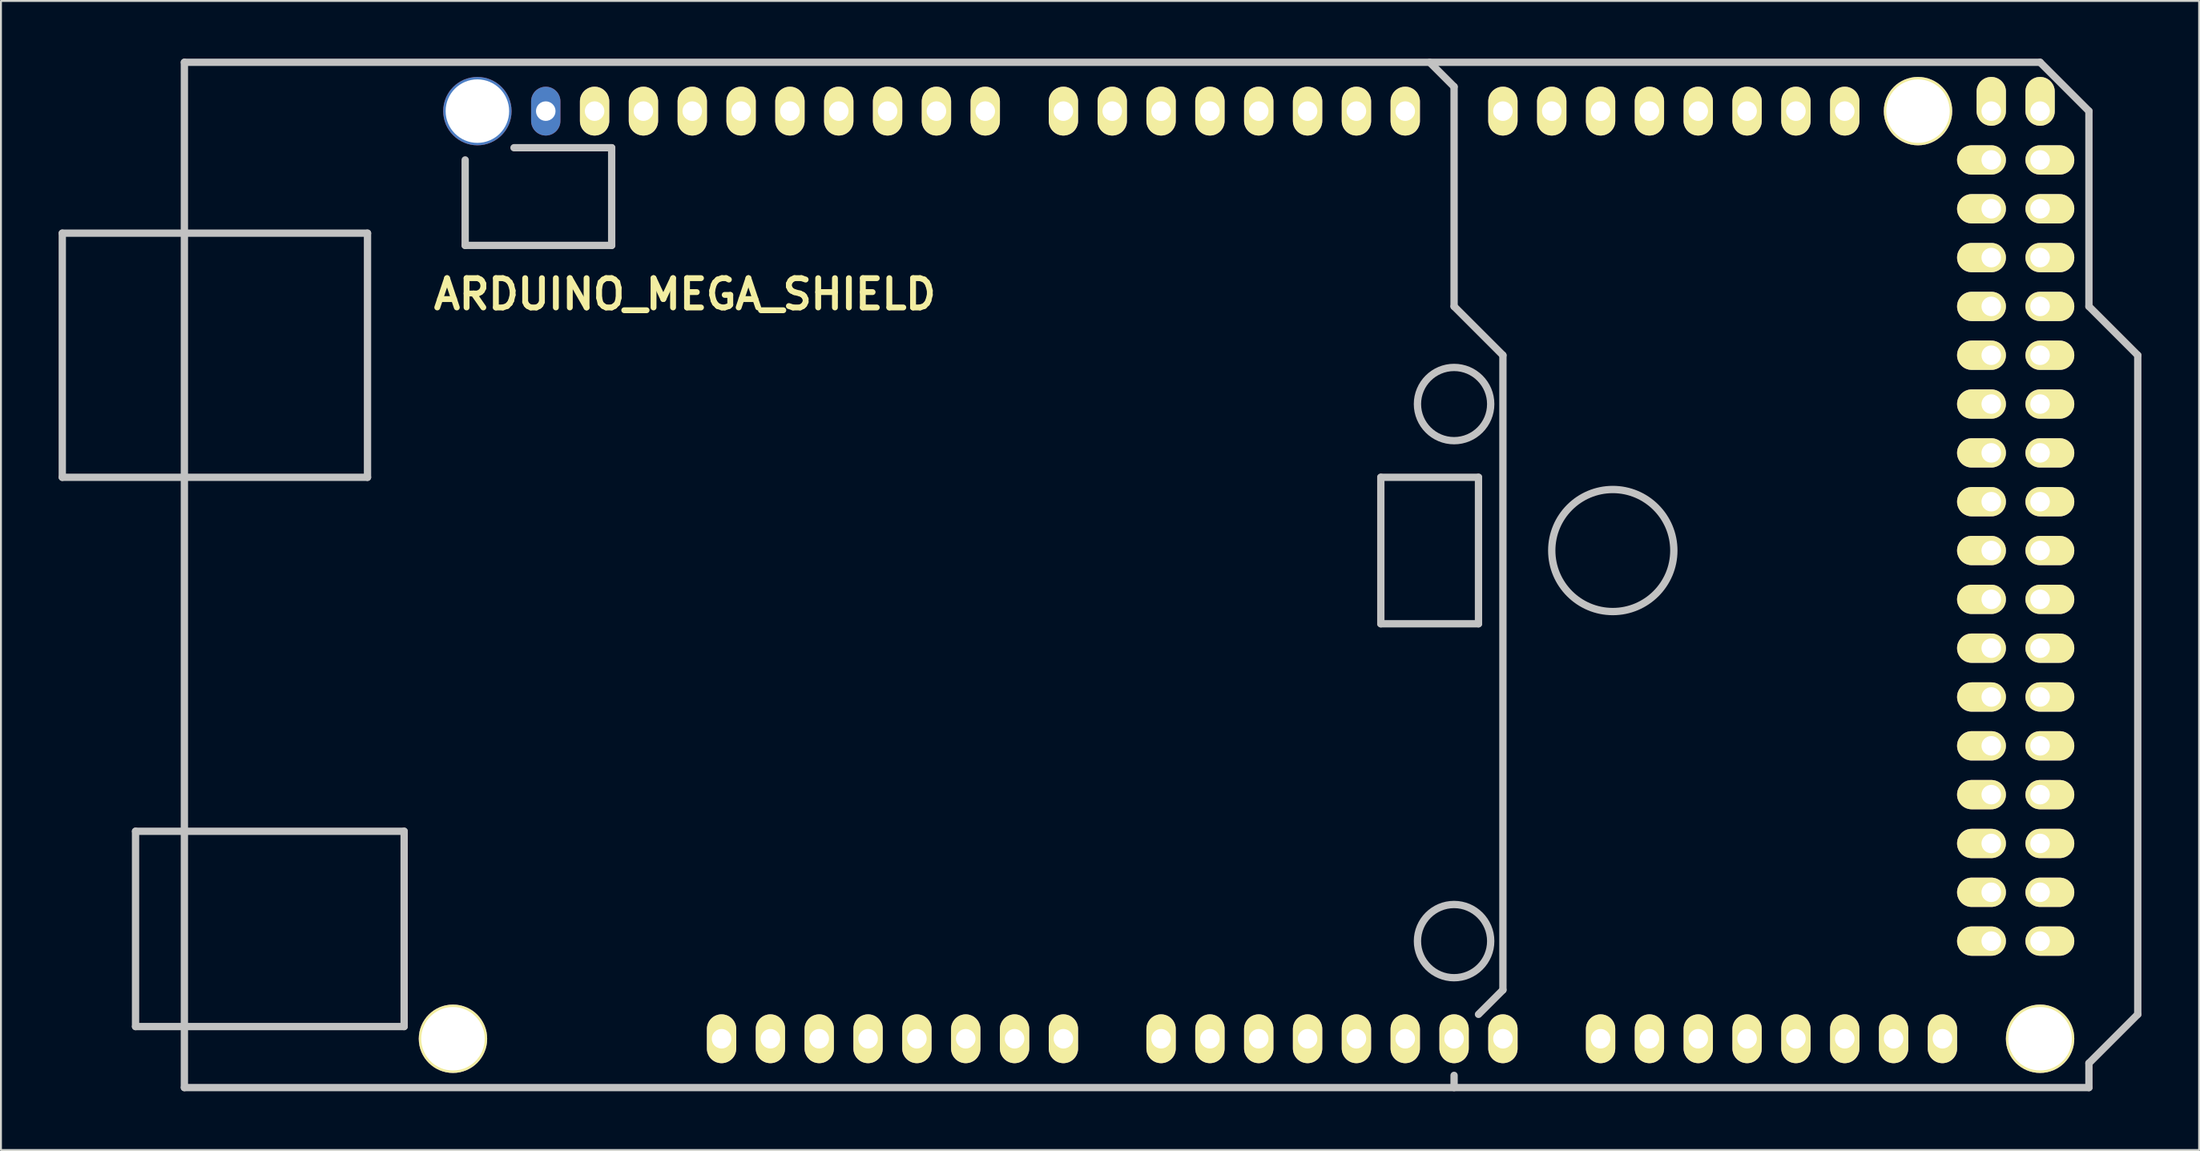
<source format=kicad_pcb>
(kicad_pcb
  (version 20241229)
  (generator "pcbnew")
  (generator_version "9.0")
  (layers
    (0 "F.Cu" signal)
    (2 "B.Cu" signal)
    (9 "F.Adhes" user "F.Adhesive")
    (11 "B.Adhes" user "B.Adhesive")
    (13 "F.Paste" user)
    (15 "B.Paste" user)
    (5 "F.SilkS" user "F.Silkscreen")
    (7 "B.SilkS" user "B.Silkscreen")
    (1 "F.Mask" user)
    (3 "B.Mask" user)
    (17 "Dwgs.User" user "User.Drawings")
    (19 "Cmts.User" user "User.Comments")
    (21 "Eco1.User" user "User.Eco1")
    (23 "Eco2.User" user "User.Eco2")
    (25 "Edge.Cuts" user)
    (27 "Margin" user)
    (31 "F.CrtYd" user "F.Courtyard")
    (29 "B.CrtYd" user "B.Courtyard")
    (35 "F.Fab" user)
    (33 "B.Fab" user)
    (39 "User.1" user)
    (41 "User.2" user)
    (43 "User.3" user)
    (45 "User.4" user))
  (footprint "ARDUINO_MEGA_SHIELD"
    (layer "F.Cu")
    (at 6.54 53.531)
    (property "Reference" "ARDUINO_MEGA_SHIELD" (at 26.035 -41.275 0) (layer "F.SilkS") (effects (font (size 1.524 1.524) (thickness 0.305))))
    (attr through_hole)
    (fp_line (start -6.35 -44.45) (end 9.525 -44.45) (stroke (width 0.381) (type solid)) (layer "Dwgs.User"))
    (fp_line (start -6.35 -31.75) (end -6.35 -44.45) (stroke (width 0.381) (type solid)) (layer "Dwgs.User"))
    (fp_line (start -2.54 -13.335) (end 11.43 -13.335) (stroke (width 0.381) (type solid)) (layer "Dwgs.User"))
    (fp_line (start -2.54 -3.175) (end -2.54 -13.335) (stroke (width 0.381) (type solid)) (layer "Dwgs.User"))
    (fp_line (start 0 -53.34) (end 96.52 -53.34) (stroke (width 0.381) (type solid)) (layer "Dwgs.User"))
    (fp_line (start 0 0) (end 0 -53.34) (stroke (width 0.381) (type solid)) (layer "Dwgs.User"))
    (fp_line (start 9.525 -44.45) (end 9.525 -31.75) (stroke (width 0.381) (type solid)) (layer "Dwgs.User"))
    (fp_line (start 9.525 -31.75) (end -6.35 -31.75) (stroke (width 0.381) (type solid)) (layer "Dwgs.User"))
    (fp_line (start 11.43 -13.335) (end 11.43 -3.175) (stroke (width 0.381) (type solid)) (layer "Dwgs.User"))
    (fp_line (start 11.43 -3.175) (end -2.54 -3.175) (stroke (width 0.381) (type solid)) (layer "Dwgs.User"))
    (fp_line (start 14.605 -43.815) (end 14.605 -48.26) (stroke (width 0.381) (type solid)) (layer "Dwgs.User"))
    (fp_line (start 17.145 -48.895) (end 22.225 -48.895) (stroke (width 0.381) (type solid)) (layer "Dwgs.User"))
    (fp_line (start 22.225 -48.895) (end 22.225 -43.815) (stroke (width 0.381) (type solid)) (layer "Dwgs.User"))
    (fp_line (start 22.225 -43.815) (end 14.605 -43.815) (stroke (width 0.381) (type solid)) (layer "Dwgs.User"))
    (fp_line (start 62.23 -31.75) (end 62.23 -24.13) (stroke (width 0.381) (type solid)) (layer "Dwgs.User"))
    (fp_line (start 62.23 -24.13) (end 67.31 -24.13) (stroke (width 0.381) (type solid)) (layer "Dwgs.User"))
    (fp_line (start 64.77 -53.34) (end 66.04 -52.07) (stroke (width 0.381) (type solid)) (layer "Dwgs.User"))
    (fp_line (start 66.04 -52.07) (end 66.04 -40.64) (stroke (width 0.381) (type solid)) (layer "Dwgs.User"))
    (fp_line (start 66.04 -40.64) (end 68.58 -38.1) (stroke (width 0.381) (type solid)) (layer "Dwgs.User"))
    (fp_line (start 66.04 -0.635) (end 66.04 0) (stroke (width 0.381) (type solid)) (layer "Dwgs.User"))
    (fp_line (start 67.31 -31.75) (end 62.23 -31.75) (stroke (width 0.381) (type solid)) (layer "Dwgs.User"))
    (fp_line (start 67.31 -24.13) (end 67.31 -31.75) (stroke (width 0.381) (type solid)) (layer "Dwgs.User"))
    (fp_line (start 67.31 -3.81) (end 68.58 -5.08) (stroke (width 0.381) (type solid)) (layer "Dwgs.User"))
    (fp_line (start 68.58 -38.1) (end 68.58 -5.08) (stroke (width 0.381) (type solid)) (layer "Dwgs.User"))
    (fp_line (start 96.52 -53.34) (end 99.06 -50.8) (stroke (width 0.381) (type solid)) (layer "Dwgs.User"))
    (fp_line (start 99.06 -50.8) (end 99.06 -40.64) (stroke (width 0.381) (type solid)) (layer "Dwgs.User"))
    (fp_line (start 99.06 -40.64) (end 101.6 -38.1) (stroke (width 0.381) (type solid)) (layer "Dwgs.User"))
    (fp_line (start 99.06 -1.27) (end 99.06 0) (stroke (width 0.381) (type solid)) (layer "Dwgs.User"))
    (fp_line (start 99.06 0) (end 0 0) (stroke (width 0.381) (type solid)) (layer "Dwgs.User"))
    (fp_line (start 101.6 -38.1) (end 101.6 -3.81) (stroke (width 0.381) (type solid)) (layer "Dwgs.User"))
    (fp_line (start 101.6 -3.81) (end 99.06 -1.27) (stroke (width 0.381) (type solid)) (layer "Dwgs.User"))
    (fp_circle (center 66.04 -35.56) (end 66.04 -37.465) (stroke (width 0.381) (type solid)) (fill no) (layer "Dwgs.User"))
    (fp_circle (center 66.04 -7.62) (end 66.04 -9.525) (stroke (width 0.381) (type solid)) (fill no) (layer "Dwgs.User"))
    (fp_circle (center 74.295 -27.94) (end 74.295 -31.115) (stroke (width 0.381) (type solid)) (fill no) (layer "Dwgs.User"))
    (pad "" thru_hole circle (at 13.97 -2.54) (size 3.556 3.556) (drill 3.302) (layers "*.Cu" "*.Mask" "F.SilkS"))
    (pad "" thru_hole circle (at 15.24 -50.8) (size 3.556 3.556) (drill 3.302) (layers "*.Cu" "*.Mask"))
    (pad "" thru_hole circle (at 90.17 -50.8) (size 3.556 3.556) (drill 3.302) (layers "*.Cu" "*.Mask" "F.SilkS"))
    (pad "" thru_hole circle (at 96.52 -2.54) (size 3.556 3.556) (drill 3.302) (layers "*.Cu" "*.Mask" "F.SilkS"))
    (pad "0" thru_hole oval (at 63.5 -50.8 90) (size 2.54 1.524) (drill 1.016) (layers "*.Cu" "*.Mask" "F.SilkS"))
    (pad "1" thru_hole oval (at 60.96 -50.8 90) (size 2.54 1.524) (drill 1.016) (layers "*.Cu" "*.Mask" "F.SilkS"))
    (pad "2" thru_hole oval (at 58.42 -50.8 90) (size 2.54 1.524) (drill 1.016) (layers "*.Cu" "*.Mask" "F.SilkS"))
    (pad "3" thru_hole oval (at 55.88 -50.8 90) (size 2.54 1.524) (drill 1.016) (layers "*.Cu" "*.Mask" "F.SilkS"))
    (pad "3V3" thru_hole oval (at 35.56 -2.54 90) (size 2.54 1.524) (drill 1.016) (layers "*.Cu" "*.Mask" "F.SilkS"))
    (pad "4" thru_hole oval (at 53.34 -50.8 90) (size 2.54 1.524) (drill 1.016) (layers "*.Cu" "*.Mask" "F.SilkS"))
    (pad "5" thru_hole oval (at 50.8 -50.8 90) (size 2.54 1.524) (drill 1.016) (layers "*.Cu" "*.Mask" "F.SilkS"))
    (pad "5V_1" thru_hole oval (at 38.1 -2.54 90) (size 2.54 1.524) (drill 1.016) (layers "*.Cu" "*.Mask" "F.SilkS"))
    (pad "5V_4" thru_hole oval (at 93.98 -50.8 90) (size 2.54 1.524) (drill 1.016 (offset 0.508 0)) (layers "*.Cu" "*.Mask" "F.SilkS"))
    (pad "5V_5" thru_hole oval (at 96.52 -50.8 90) (size 2.54 1.524) (drill 1.016 (offset 0.508 0)) (layers "*.Cu" "*.Mask" "F.SilkS"))
    (pad "6" thru_hole oval (at 48.26 -50.8 90) (size 2.54 1.524) (drill 1.016) (layers "*.Cu" "*.Mask" "F.SilkS"))
    (pad "7" thru_hole oval (at 45.72 -50.8 90) (size 2.54 1.524) (drill 1.016) (layers "*.Cu" "*.Mask" "F.SilkS"))
    (pad "8" thru_hole oval (at 41.656 -50.8 90) (size 2.54 1.524) (drill 1.016) (layers "*.Cu" "*.Mask" "F.SilkS"))
    (pad "9" thru_hole oval (at 39.116 -50.8 90) (size 2.54 1.524) (drill 1.016) (layers "*.Cu" "*.Mask" "F.SilkS"))
    (pad "10" thru_hole oval (at 36.576 -50.8 90) (size 2.54 1.524) (drill 1.016) (layers "*.Cu" "*.Mask" "F.SilkS"))
    (pad "11" thru_hole oval (at 34.036 -50.8 90) (size 2.54 1.524) (drill 1.016) (layers "*.Cu" "*.Mask" "F.SilkS"))
    (pad "12" thru_hole oval (at 31.496 -50.8 90) (size 2.54 1.524) (drill 1.016) (layers "*.Cu" "*.Mask" "F.SilkS"))
    (pad "13" thru_hole oval (at 28.956 -50.8 90) (size 2.54 1.524) (drill 1.016) (layers "*.Cu" "*.Mask" "F.SilkS"))
    (pad "14" thru_hole oval (at 68.58 -50.8 90) (size 2.54 1.524) (drill 1.016) (layers "*.Cu" "*.Mask" "F.SilkS"))
    (pad "15" thru_hole oval (at 71.12 -50.8 90) (size 2.54 1.524) (drill 1.016) (layers "*.Cu" "*.Mask" "F.SilkS"))
    (pad "16" thru_hole oval (at 73.66 -50.8 90) (size 2.54 1.524) (drill 1.016) (layers "*.Cu" "*.Mask" "F.SilkS"))
    (pad "17" thru_hole oval (at 76.2 -50.8 90) (size 2.54 1.524) (drill 1.016) (layers "*.Cu" "*.Mask" "F.SilkS"))
    (pad "18" thru_hole oval (at 78.74 -50.8 90) (size 2.54 1.524) (drill 1.016) (layers "*.Cu" "*.Mask" "F.SilkS"))
    (pad "19" thru_hole oval (at 81.28 -50.8 90) (size 2.54 1.524) (drill 1.016) (layers "*.Cu" "*.Mask" "F.SilkS"))
    (pad "20" thru_hole oval (at 83.82 -50.8 90) (size 2.54 1.524) (drill 1.016) (layers "*.Cu" "*.Mask" "F.SilkS"))
    (pad "20B" thru_hole oval (at 21.336 -50.8 90) (size 2.54 1.524) (drill 1.016) (layers "*.Cu" "*.Mask" "F.SilkS"))
    (pad "21" thru_hole oval (at 86.36 -50.8 90) (size 2.54 1.524) (drill 1.016) (layers "*.Cu" "*.Mask" "F.SilkS"))
    (pad "21B" thru_hole oval (at 18.796 -50.8 90) (size 2.54 1.524) (drill 1.016) (layers "*.Cu" "*.Mask"))
    (pad "22" thru_hole oval (at 93.98 -48.26 90) (size 1.524 2.54) (drill 1.016 (offset 0 -0.508)) (layers "*.Cu" "*.Mask" "F.SilkS"))
    (pad "23" thru_hole oval (at 96.52 -48.26 90) (size 1.524 2.54) (drill 1.016 (offset 0 0.508)) (layers "*.Cu" "*.Mask" "F.SilkS"))
    (pad "24" thru_hole oval (at 93.98 -45.72 90) (size 1.524 2.54) (drill 1.016 (offset 0 -0.508)) (layers "*.Cu" "*.Mask" "F.SilkS"))
    (pad "25" thru_hole oval (at 96.52 -45.72 90) (size 1.524 2.54) (drill 1.016 (offset 0 0.508)) (layers "*.Cu" "*.Mask" "F.SilkS"))
    (pad "26" thru_hole oval (at 93.98 -43.18 90) (size 1.524 2.54) (drill 1.016 (offset 0 -0.508)) (layers "*.Cu" "*.Mask" "F.SilkS"))
    (pad "27" thru_hole oval (at 96.52 -43.18 90) (size 1.524 2.54) (drill 1.016 (offset 0 0.508)) (layers "*.Cu" "*.Mask" "F.SilkS"))
    (pad "28" thru_hole oval (at 93.98 -40.64 90) (size 1.524 2.54) (drill 1.016 (offset 0 -0.508)) (layers "*.Cu" "*.Mask" "F.SilkS"))
    (pad "29" thru_hole oval (at 96.52 -40.64 90) (size 1.524 2.54) (drill 1.016 (offset 0 0.508)) (layers "*.Cu" "*.Mask" "F.SilkS"))
    (pad "30" thru_hole oval (at 93.98 -38.1 90) (size 1.524 2.54) (drill 1.016 (offset 0 -0.508)) (layers "*.Cu" "*.Mask" "F.SilkS"))
    (pad "31" thru_hole oval (at 96.52 -38.1 90) (size 1.524 2.54) (drill 1.016 (offset 0 0.508)) (layers "*.Cu" "*.Mask" "F.SilkS"))
    (pad "32" thru_hole oval (at 93.98 -35.56 90) (size 1.524 2.54) (drill 1.016 (offset 0 -0.508)) (layers "*.Cu" "*.Mask" "F.SilkS"))
    (pad "33" thru_hole oval (at 96.52 -35.56 90) (size 1.524 2.54) (drill 1.016 (offset 0 0.508)) (layers "*.Cu" "*.Mask" "F.SilkS"))
    (pad "34" thru_hole oval (at 93.98 -33.02 90) (size 1.524 2.54) (drill 1.016 (offset 0 -0.508)) (layers "*.Cu" "*.Mask" "F.SilkS"))
    (pad "35" thru_hole oval (at 96.52 -33.02 90) (size 1.524 2.54) (drill 1.016 (offset 0 0.508)) (layers "*.Cu" "*.Mask" "F.SilkS"))
    (pad "36" thru_hole oval (at 93.98 -30.48 90) (size 1.524 2.54) (drill 1.016 (offset 0 -0.508)) (layers "*.Cu" "*.Mask" "F.SilkS"))
    (pad "37" thru_hole oval (at 96.52 -30.48 90) (size 1.524 2.54) (drill 1.016 (offset 0 0.508)) (layers "*.Cu" "*.Mask" "F.SilkS"))
    (pad "38" thru_hole oval (at 93.98 -27.94 90) (size 1.524 2.54) (drill 1.016 (offset 0 -0.508)) (layers "*.Cu" "*.Mask" "F.SilkS"))
    (pad "39" thru_hole oval (at 96.52 -27.94 90) (size 1.524 2.54) (drill 1.016 (offset 0 0.508)) (layers "*.Cu" "*.Mask" "F.SilkS"))
    (pad "40" thru_hole oval (at 93.98 -25.4 90) (size 1.524 2.54) (drill 1.016 (offset 0 -0.508)) (layers "*.Cu" "*.Mask" "F.SilkS"))
    (pad "41" thru_hole oval (at 96.52 -25.4 90) (size 1.524 2.54) (drill 1.016 (offset 0 0.508)) (layers "*.Cu" "*.Mask" "F.SilkS"))
    (pad "42" thru_hole oval (at 93.98 -22.86 90) (size 1.524 2.54) (drill 1.016 (offset 0 -0.508)) (layers "*.Cu" "*.Mask" "F.SilkS"))
    (pad "43" thru_hole oval (at 96.52 -22.86 90) (size 1.524 2.54) (drill 1.016 (offset 0 0.508)) (layers "*.Cu" "*.Mask" "F.SilkS"))
    (pad "44" thru_hole oval (at 93.98 -20.32 90) (size 1.524 2.54) (drill 1.016 (offset 0 -0.508)) (layers "*.Cu" "*.Mask" "F.SilkS"))
    (pad "45" thru_hole oval (at 96.52 -20.32 90) (size 1.524 2.54) (drill 1.016 (offset 0 0.508)) (layers "*.Cu" "*.Mask" "F.SilkS"))
    (pad "46" thru_hole oval (at 93.98 -17.78 90) (size 1.524 2.54) (drill 1.016 (offset 0 -0.508)) (layers "*.Cu" "*.Mask" "F.SilkS"))
    (pad "47" thru_hole oval (at 96.52 -17.78 90) (size 1.524 2.54) (drill 1.016 (offset 0 0.508)) (layers "*.Cu" "*.Mask" "F.SilkS"))
    (pad "48" thru_hole oval (at 93.98 -15.24 90) (size 1.524 2.54) (drill 1.016 (offset 0 -0.508)) (layers "*.Cu" "*.Mask" "F.SilkS"))
    (pad "49" thru_hole oval (at 96.52 -15.24 90) (size 1.524 2.54) (drill 1.016 (offset 0 0.508)) (layers "*.Cu" "*.Mask" "F.SilkS"))
    (pad "50" thru_hole oval (at 93.98 -12.7 90) (size 1.524 2.54) (drill 1.016 (offset 0 -0.508)) (layers "*.Cu" "*.Mask" "F.SilkS"))
    (pad "51" thru_hole oval (at 96.52 -12.7 90) (size 1.524 2.54) (drill 1.016 (offset 0 0.508)) (layers "*.Cu" "*.Mask" "F.SilkS"))
    (pad "52" thru_hole oval (at 93.98 -10.16 90) (size 1.524 2.54) (drill 1.016 (offset 0 -0.508)) (layers "*.Cu" "*.Mask" "F.SilkS"))
    (pad "53" thru_hole oval (at 96.52 -10.16 90) (size 1.524 2.54) (drill 1.016 (offset 0 0.508)) (layers "*.Cu" "*.Mask" "F.SilkS"))
    (pad "A0" thru_hole oval (at 50.8 -2.54 90) (size 2.54 1.524) (drill 1.016) (layers "*.Cu" "*.Mask" "F.SilkS"))
    (pad "A1" thru_hole oval (at 53.34 -2.54 90) (size 2.54 1.524) (drill 1.016) (layers "*.Cu" "*.Mask" "F.SilkS"))
    (pad "A2" thru_hole oval (at 55.88 -2.54 90) (size 2.54 1.524) (drill 1.016) (layers "*.Cu" "*.Mask" "F.SilkS"))
    (pad "A3" thru_hole oval (at 58.42 -2.54 90) (size 2.54 1.524) (drill 1.016) (layers "*.Cu" "*.Mask" "F.SilkS"))
    (pad "A4" thru_hole oval (at 60.96 -2.54 90) (size 2.54 1.524) (drill 1.016) (layers "*.Cu" "*.Mask" "F.SilkS"))
    (pad "A5" thru_hole oval (at 63.5 -2.54 90) (size 2.54 1.524) (drill 1.016) (layers "*.Cu" "*.Mask" "F.SilkS"))
    (pad "A6" thru_hole oval (at 66.04 -2.54 90) (size 2.54 1.524) (drill 1.016) (layers "*.Cu" "*.Mask" "F.SilkS"))
    (pad "A7" thru_hole oval (at 68.58 -2.54 90) (size 2.54 1.524) (drill 1.016) (layers "*.Cu" "*.Mask" "F.SilkS"))
    (pad "A8" thru_hole oval (at 73.66 -2.54 90) (size 2.54 1.524) (drill 1.016) (layers "*.Cu" "*.Mask" "F.SilkS"))
    (pad "A9" thru_hole oval (at 76.2 -2.54 90) (size 2.54 1.524) (drill 1.016) (layers "*.Cu" "*.Mask" "F.SilkS"))
    (pad "A10" thru_hole oval (at 78.74 -2.54 90) (size 2.54 1.524) (drill 1.016) (layers "*.Cu" "*.Mask" "F.SilkS"))
    (pad "A11" thru_hole oval (at 81.28 -2.54 90) (size 2.54 1.524) (drill 1.016) (layers "*.Cu" "*.Mask" "F.SilkS"))
    (pad "A12" thru_hole oval (at 83.82 -2.54 90) (size 2.54 1.524) (drill 1.016) (layers "*.Cu" "*.Mask" "F.SilkS"))
    (pad "A13" thru_hole oval (at 86.36 -2.54 90) (size 2.54 1.524) (drill 1.016) (layers "*.Cu" "*.Mask" "F.SilkS"))
    (pad "A14" thru_hole oval (at 88.9 -2.54 90) (size 2.54 1.524) (drill 1.016) (layers "*.Cu" "*.Mask" "F.SilkS"))
    (pad "A15" thru_hole oval (at 91.44 -2.54 90) (size 2.54 1.524) (drill 1.016) (layers "*.Cu" "*.Mask" "F.SilkS"))
    (pad "AREF" thru_hole oval (at 23.876 -50.8 90) (size 2.54 1.524) (drill 1.016) (layers "*.Cu" "*.Mask" "F.SilkS"))
    (pad "GND1" thru_hole oval (at 40.64 -2.54 90) (size 2.54 1.524) (drill 1.016) (layers "*.Cu" "*.Mask" "F.SilkS"))
    (pad "GND2" thru_hole oval (at 43.18 -2.54 90) (size 2.54 1.524) (drill 1.016) (layers "*.Cu" "*.Mask" "F.SilkS"))
    (pad "GND3" thru_hole oval (at 26.416 -50.8 90) (size 2.54 1.524) (drill 1.016) (layers "*.Cu" "*.Mask" "F.SilkS"))
    (pad "GND4" thru_hole oval (at 93.98 -7.62 90) (size 1.524 2.54) (drill 1.016 (offset 0 -0.508)) (layers "*.Cu" "*.Mask" "F.SilkS"))
    (pad "GND5" thru_hole oval (at 96.52 -7.62 90) (size 1.524 2.54) (drill 1.016 (offset 0 0.508)) (layers "*.Cu" "*.Mask" "F.SilkS"))
    (pad "IREF" thru_hole oval (at 30.48 -2.54 90) (size 2.54 1.524) (drill 1.016) (layers "*.Cu" "*.Mask" "F.SilkS"))
    (pad "NC" thru_hole oval (at 27.94 -2.54 90) (size 2.54 1.524) (drill 1.016) (layers "*.Cu" "*.Mask" "F.SilkS"))
    (pad "RST" thru_hole oval (at 33.02 -2.54 90) (size 2.54 1.524) (drill 1.016) (layers "*.Cu" "*.Mask" "F.SilkS"))
    (pad "V_IN" thru_hole oval (at 45.72 -2.54 90) (size 2.54 1.524) (drill 1.016) (layers "*.Cu" "*.Mask" "F.SilkS")))
  (gr_rect
    (start -3 -3)
    (end 111.331 56.781)
    (stroke (width 0.1) (type default))
    (fill no)
    (layer "Edge.Cuts")))
</source>
